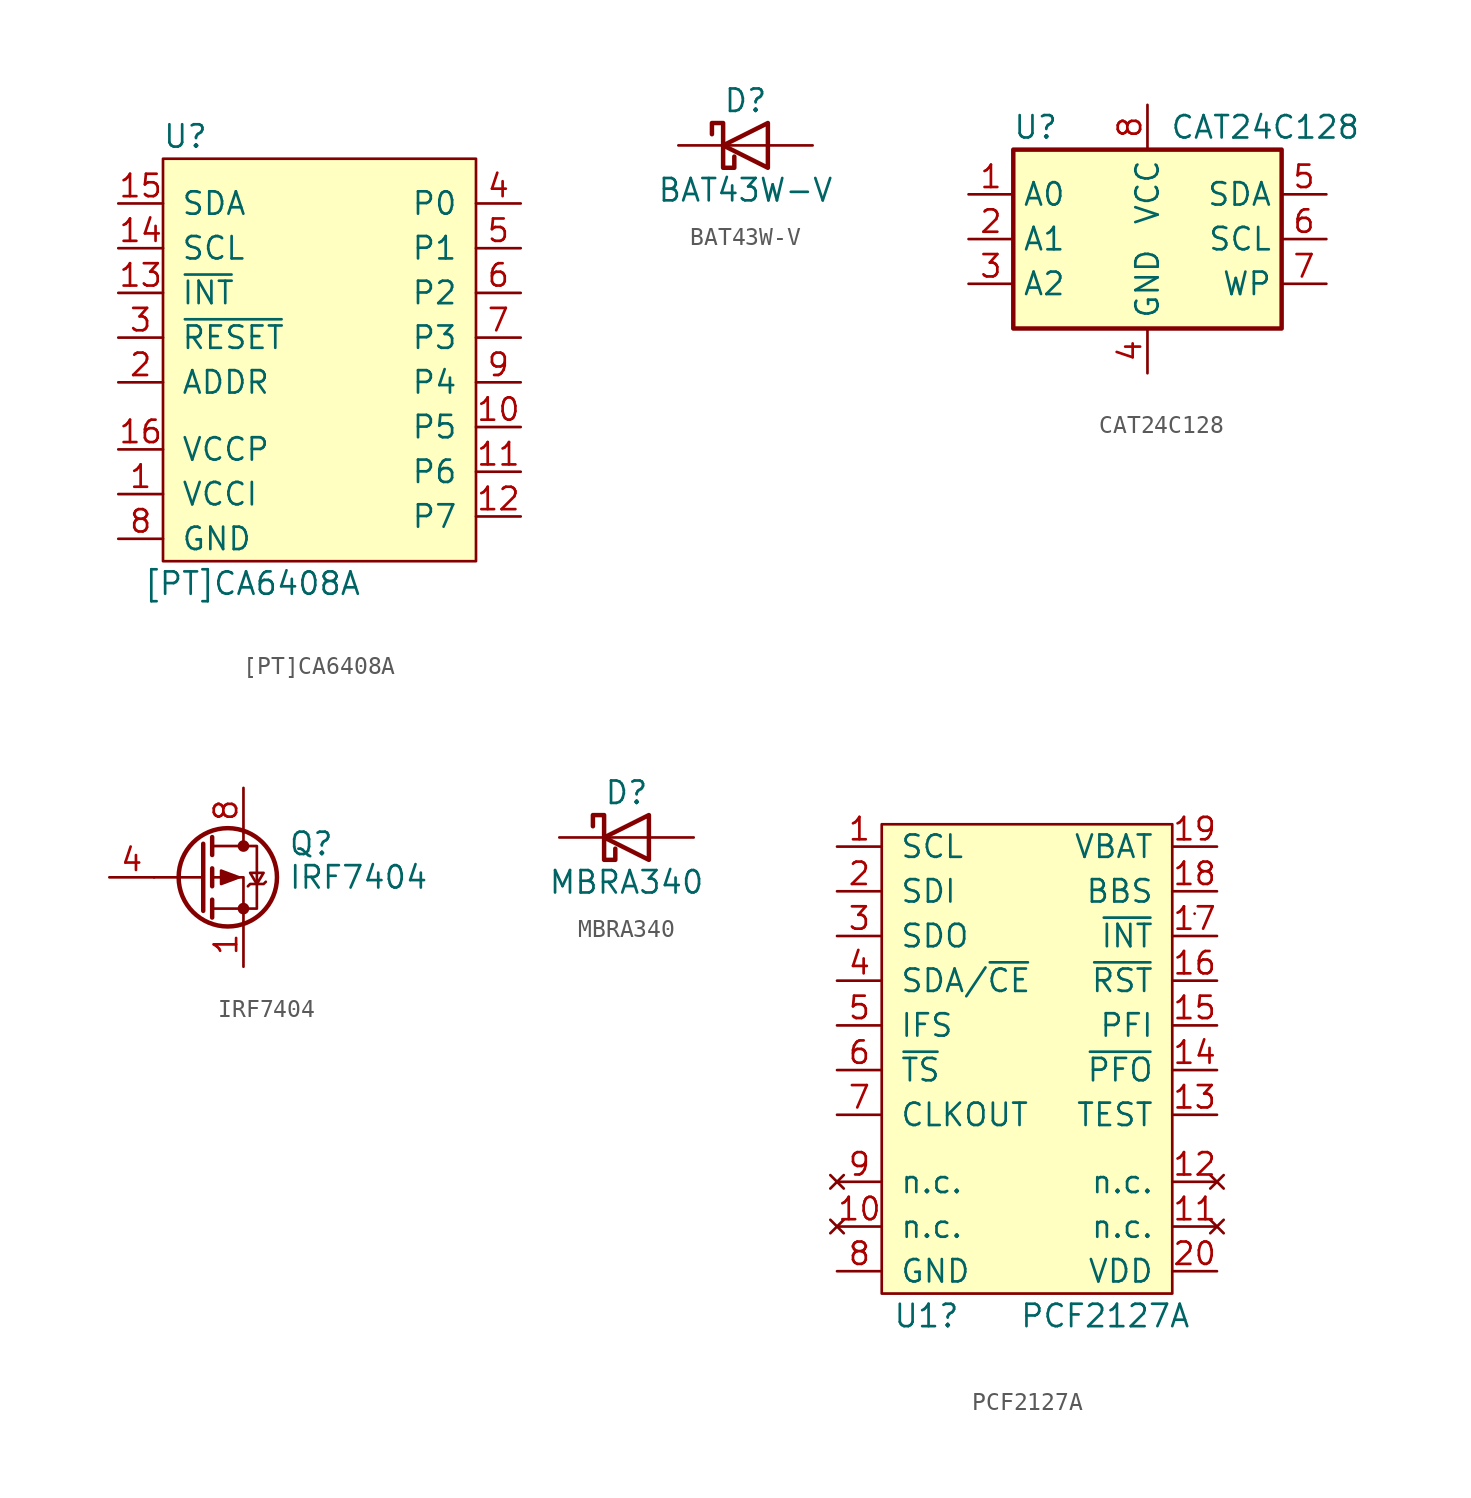
<source format=kicad_sym>
(kicad_symbol_lib
  (version 20241209)
  (generator "kicad_symbol_editor")
  (generator_version "9.0")
  (symbol "[PT]CA6408A"
    (pin_names
      (offset 1.016))
    (property "Reference" "U"
      (at -7.62 12.7 0)
      (effects (font (size 1.27 1.27))))
    (property "Value" "[PT]CA6408A"
      (at -3.81 -12.7 0)
      (effects (font (size 1.27 1.27))))
    (symbol "[PT]CA6408A_0_1"
      (rectangle (start -8.89 11.43) (end 8.89 -11.43) (stroke (width 0) (type default)) (fill (type background))))
    (symbol "[PT]CA6408A_1_1"
      (pin input line (at -11.43 8.89 0) (length 2.54) (name "SDA" (effects (font (size 1.27 1.27)))) (number "15" (effects (font (size 1.27 1.27)))))
      (pin input line (at -11.43 6.35 0) (length 2.54) (name "SCL" (effects (font (size 1.27 1.27)))) (number "14" (effects (font (size 1.27 1.27)))))
      (pin input line (at -11.43 3.81 0) (length 2.54) (name "~{INT}" (effects (font (size 1.27 1.27)))) (number "13" (effects (font (size 1.27 1.27)))))
      (pin input line (at -11.43 1.27 0) (length 2.54) (name "~{RESET}" (effects (font (size 1.27 1.27)))) (number "3" (effects (font (size 1.27 1.27)))))
      (pin input line (at -11.43 -1.27 0) (length 2.54) (name "ADDR" (effects (font (size 1.27 1.27)))) (number "2" (effects (font (size 1.27 1.27)))))
      (pin input line (at -11.43 -5.08 0) (length 2.54) (name "VCCP" (effects (font (size 1.27 1.27)))) (number "16" (effects (font (size 1.27 1.27)))))
      (pin input line (at -11.43 -7.62 0) (length 2.54) (name "VCCI" (effects (font (size 1.27 1.27)))) (number "1" (effects (font (size 1.27 1.27)))))
      (pin input line (at -11.43 -10.16 0) (length 2.54) (name "GND" (effects (font (size 1.27 1.27)))) (number "8" (effects (font (size 1.27 1.27)))))
      (pin input line (at 11.43 8.89 180) (length 2.54) (name "P0" (effects (font (size 1.27 1.27)))) (number "4" (effects (font (size 1.27 1.27)))))
      (pin input line (at 11.43 6.35 180) (length 2.54) (name "P1" (effects (font (size 1.27 1.27)))) (number "5" (effects (font (size 1.27 1.27)))))
      (pin input line (at 11.43 3.81 180) (length 2.54) (name "P2" (effects (font (size 1.27 1.27)))) (number "6" (effects (font (size 1.27 1.27)))))
      (pin input line (at 11.43 1.27 180) (length 2.54) (name "P3" (effects (font (size 1.27 1.27)))) (number "7" (effects (font (size 1.27 1.27)))))
      (pin input line (at 11.43 -1.27 180) (length 2.54) (name "P4" (effects (font (size 1.27 1.27)))) (number "9" (effects (font (size 1.27 1.27)))))
      (pin input line (at 11.43 -3.81 180) (length 2.54) (name "P5" (effects (font (size 1.27 1.27)))) (number "10" (effects (font (size 1.27 1.27)))))
      (pin input line (at 11.43 -6.35 180) (length 2.54) (name "P6" (effects (font (size 1.27 1.27)))) (number "11" (effects (font (size 1.27 1.27)))))
      (pin input line (at 11.43 -8.89 180) (length 2.54) (name "P7" (effects (font (size 1.27 1.27)))) (number "12" (effects (font (size 1.27 1.27)))))))
  (symbol "BAT43W-V"
    (pin_numbers
      (hide yes))
    (pin_names
      (offset 1.016)
      (hide yes))
    (property "Reference" "D"
      (at 0 2.54 0)
      (effects (font (size 1.27 1.27))))
    (property "Value" "BAT43W-V"
      (at 0 -2.54 0)
      (effects (font (size 1.27 1.27))))
    (symbol "BAT43W-V_0_1"
      (polyline (pts (xy -1.905 0.635) (xy -1.905 1.27) (xy -1.27 1.27) (xy -1.27 -1.27) (xy -0.635 -1.27) (xy -0.635 -0.635)) (stroke (width 0.254) (type default)) (fill (type none)))
      (polyline (pts (xy 1.27 1.27) (xy 1.27 -1.27) (xy -1.27 0) (xy 1.27 1.27)) (stroke (width 0.254) (type default)) (fill (type none)))
      (polyline (pts (xy 1.27 0) (xy -1.27 0)) (stroke (width 0) (type default)) (fill (type none))))
    (symbol "BAT43W-V_1_1"
      (pin passive line (at -3.81 0 0) (length 2.54) (name "K" (effects (font (size 1.27 1.27)))) (number "1" (effects (font (size 1.27 1.27)))))
      (pin passive line (at 3.81 0 180) (length 2.54) (name "A" (effects (font (size 1.27 1.27)))) (number "2" (effects (font (size 1.27 1.27)))))))
  (symbol "CAT24C128"
    (property "Reference" "U"
      (at -6.35 6.35 0)
      (effects (font (size 1.27 1.27))))
    (property "Value" "CAT24C128"
      (at 1.27 6.35 0)
      (effects (font (size 1.27 1.27)) (justify left)))
    (symbol "CAT24C128_1_1"
      (rectangle (start -7.62 5.08) (end 7.62 -5.08) (stroke (width 0.254) (type default)) (fill (type background)))
      (pin input line (at -10.16 2.54 0) (length 2.54) (name "A0" (effects (font (size 1.27 1.27)))) (number "1" (effects (font (size 1.27 1.27)))))
      (pin input line (at -10.16 0 0) (length 2.54) (name "A1" (effects (font (size 1.27 1.27)))) (number "2" (effects (font (size 1.27 1.27)))))
      (pin input line (at -10.16 -2.54 0) (length 2.54) (name "A2" (effects (font (size 1.27 1.27)))) (number "3" (effects (font (size 1.27 1.27)))))
      (pin power_in line (at 0 7.62 270) (length 2.54) (name "VCC" (effects (font (size 1.27 1.27)))) (number "8" (effects (font (size 1.27 1.27)))))
      (pin power_in line (at 0 -7.62 90) (length 2.54) (name "GND" (effects (font (size 1.27 1.27)))) (number "4" (effects (font (size 1.27 1.27)))))
      (pin bidirectional line (at 10.16 2.54 180) (length 2.54) (name "SDA" (effects (font (size 1.27 1.27)))) (number "5" (effects (font (size 1.27 1.27)))))
      (pin input line (at 10.16 0 180) (length 2.54) (name "SCL" (effects (font (size 1.27 1.27)))) (number "6" (effects (font (size 1.27 1.27)))))
      (pin input line (at 10.16 -2.54 180) (length 2.54) (name "WP" (effects (font (size 1.27 1.27)))) (number "7" (effects (font (size 1.27 1.27)))))))
  (symbol "IRF7404"
    (pin_names
      (hide yes))
    (property "Reference" "Q"
      (at 5.08 1.905 0)
      (effects (font (size 1.27 1.27)) (justify left)))
    (property "Value" "IRF7404"
      (at 5.08 0 0)
      (effects (font (size 1.27 1.27)) (justify left)))
    (symbol "IRF7404_0_1"
      (polyline (pts (xy 0.254 1.905) (xy 0.254 -1.905)) (stroke (width 0.254) (type default)) (fill (type none)))
      (polyline (pts (xy 0.254 0) (xy -2.54 0)) (stroke (width 0) (type default)) (fill (type none)))
      (polyline (pts (xy 0.762 2.286) (xy 0.762 1.27)) (stroke (width 0.254) (type default)) (fill (type none)))
      (polyline (pts (xy 0.762 1.778) (xy 3.302 1.778) (xy 3.302 -1.778) (xy 0.762 -1.778)) (stroke (width 0) (type default)) (fill (type none)))
      (polyline (pts (xy 0.762 0.508) (xy 0.762 -0.508)) (stroke (width 0.254) (type default)) (fill (type none)))
      (polyline (pts (xy 0.762 -1.27) (xy 0.762 -2.286)) (stroke (width 0.254) (type default)) (fill (type none)))
      (circle (center 1.651 0) (radius 2.794) (stroke (width 0.254) (type default)) (fill (type none)))
      (polyline (pts (xy 2.286 0) (xy 1.27 0.381) (xy 1.27 -0.381) (xy 2.286 0)) (stroke (width 0) (type default)) (fill (type outline)))
      (polyline (pts (xy 2.54 2.54) (xy 2.54 1.778)) (stroke (width 0) (type default)) (fill (type none)))
      (circle (center 2.54 1.778) (radius 0.254) (stroke (width 0) (type default)) (fill (type outline)))
      (circle (center 2.54 -1.778) (radius 0.254) (stroke (width 0) (type default)) (fill (type outline)))
      (polyline (pts (xy 2.54 -2.54) (xy 2.54 0) (xy 0.762 0)) (stroke (width 0) (type default)) (fill (type none)))
      (polyline (pts (xy 2.794 -0.508) (xy 2.921 -0.381) (xy 3.683 -0.381) (xy 3.81 -0.254)) (stroke (width 0) (type default)) (fill (type none)))
      (polyline (pts (xy 3.302 -0.381) (xy 2.921 0.254) (xy 3.683 0.254) (xy 3.302 -0.381)) (stroke (width 0) (type default)) (fill (type none))))
    (symbol "IRF7404_1_1"
      (pin passive line (at -5.08 0 0) (length 2.54) (name "G" (effects (font (size 1.27 1.27)))) (number "4" (effects (font (size 1.27 1.27)))))
      (pin passive line (at 2.54 5.08 270) (length 2.54) (hide yes) (name "D" (effects (font (size 1.27 1.27)))) (number "5" (effects (font (size 1.27 1.27)))))
      (pin passive line (at 2.54 5.08 270) (length 2.54) (hide yes) (name "D" (effects (font (size 1.27 1.27)))) (number "6" (effects (font (size 1.27 1.27)))))
      (pin passive line (at 2.54 5.08 270) (length 2.54) (hide yes) (name "D" (effects (font (size 1.27 1.27)))) (number "7" (effects (font (size 1.27 1.27)))))
      (pin passive line (at 2.54 5.08 270) (length 2.54) (name "D" (effects (font (size 1.27 1.27)))) (number "8" (effects (font (size 1.27 1.27)))))
      (pin passive line (at 2.54 -5.08 90) (length 2.54) (name "S" (effects (font (size 1.27 1.27)))) (number "1" (effects (font (size 1.27 1.27)))))
      (pin passive line (at 2.54 -5.08 90) (length 2.54) (hide yes) (name "S" (effects (font (size 1.27 1.27)))) (number "2" (effects (font (size 1.27 1.27)))))
      (pin passive line (at 2.54 -5.08 90) (length 2.54) (hide yes) (name "S" (effects (font (size 1.27 1.27)))) (number "3" (effects (font (size 1.27 1.27)))))))
  (symbol "MBRA340"
    (pin_numbers
      (hide yes))
    (pin_names
      (hide yes))
    (property "Reference" "D"
      (at 0 2.54 0)
      (effects (font (size 1.27 1.27))))
    (property "Value" "MBRA340"
      (at 0 -2.54 0)
      (effects (font (size 1.27 1.27))))
    (symbol "MBRA340_0_1"
      (polyline (pts (xy -1.905 0.635) (xy -1.905 1.27) (xy -1.27 1.27) (xy -1.27 -1.27) (xy -0.635 -1.27) (xy -0.635 -0.635)) (stroke (width 0.254) (type default)) (fill (type none)))
      (polyline (pts (xy 1.27 1.27) (xy 1.27 -1.27) (xy -1.27 0) (xy 1.27 1.27)) (stroke (width 0.254) (type default)) (fill (type none)))
      (polyline (pts (xy 1.27 0) (xy -1.27 0)) (stroke (width 0) (type default)) (fill (type none))))
    (symbol "MBRA340_1_1"
      (pin passive line (at -3.81 0 0) (length 2.54) (name "K" (effects (font (size 1.27 1.27)))) (number "1" (effects (font (size 1.27 1.27)))))
      (pin passive line (at 3.81 0 180) (length 2.54) (name "A" (effects (font (size 1.27 1.27)))) (number "2" (effects (font (size 1.27 1.27)))))))
  (symbol "PCF2127A"
    (pin_names
      (offset 1.016))
    (property "Reference" "U1"
      (at -6.35 -1.27 0)
      (effects (font (size 1.27 1.27))))
    (property "Value" "PCF2127A"
      (at 3.81 -1.27 0)
      (effects (font (size 1.27 1.27))))
    (symbol "PCF2127A_0_1"
      (polyline (pts (xy -8.89 26.67) (xy -8.89 0) (xy 7.62 0) (xy 7.62 26.67) (xy -8.89 26.67)) (stroke (width 0) (type default)) (fill (type background)))
      (rectangle (start 8.89 21.59) (end 8.89 21.59) (stroke (width 0) (type default)) (fill (type none))))
    (symbol "PCF2127A_1_1"
      (pin input line (at -11.43 25.4 0) (length 2.54) (name "SCL" (effects (font (size 1.27 1.27)))) (number "1" (effects (font (size 1.27 1.27)))))
      (pin input line (at -11.43 22.86 0) (length 2.54) (name "SDI" (effects (font (size 1.27 1.27)))) (number "2" (effects (font (size 1.27 1.27)))))
      (pin input line (at -11.43 20.32 0) (length 2.54) (name "SDO" (effects (font (size 1.27 1.27)))) (number "3" (effects (font (size 1.27 1.27)))))
      (pin input line (at -11.43 17.78 0) (length 2.54) (name "SDA/~{CE}" (effects (font (size 1.27 1.27)))) (number "4" (effects (font (size 1.27 1.27)))))
      (pin input line (at -11.43 15.24 0) (length 2.54) (name "IFS" (effects (font (size 1.27 1.27)))) (number "5" (effects (font (size 1.27 1.27)))))
      (pin input line (at -11.43 12.7 0) (length 2.54) (name "~{TS}" (effects (font (size 1.27 1.27)))) (number "6" (effects (font (size 1.27 1.27)))))
      (pin input line (at -11.43 10.16 0) (length 2.54) (name "CLKOUT" (effects (font (size 1.27 1.27)))) (number "7" (effects (font (size 1.27 1.27)))))
      (pin no_connect line (at -11.43 6.35 0) (length 2.54) (name "n.c." (effects (font (size 1.27 1.27)))) (number "9" (effects (font (size 1.27 1.27)))))
      (pin no_connect line (at -11.43 3.81 0) (length 2.54) (name "n.c." (effects (font (size 1.27 1.27)))) (number "10" (effects (font (size 1.27 1.27)))))
      (pin power_in line (at -11.43 1.27 0) (length 2.54) (name "GND" (effects (font (size 1.27 1.27)))) (number "8" (effects (font (size 1.27 1.27)))))
      (pin input line (at 10.16 25.4 180) (length 2.54) (name "VBAT" (effects (font (size 1.27 1.27)))) (number "19" (effects (font (size 1.27 1.27)))))
      (pin output line (at 10.16 22.86 180) (length 2.54) (name "BBS" (effects (font (size 1.27 1.27)))) (number "18" (effects (font (size 1.27 1.27)))))
      (pin input line (at 10.16 20.32 180) (length 2.54) (name "~{INT}" (effects (font (size 1.27 1.27)))) (number "17" (effects (font (size 1.27 1.27)))))
      (pin input line (at 10.16 17.78 180) (length 2.54) (name "~{RST}" (effects (font (size 1.27 1.27)))) (number "16" (effects (font (size 1.27 1.27)))))
      (pin input line (at 10.16 15.24 180) (length 2.54) (name "PFI" (effects (font (size 1.27 1.27)))) (number "15" (effects (font (size 1.27 1.27)))))
      (pin input line (at 10.16 12.7 180) (length 2.54) (name "~{PFO}" (effects (font (size 1.27 1.27)))) (number "14" (effects (font (size 1.27 1.27)))))
      (pin input line (at 10.16 10.16 180) (length 2.54) (name "TEST" (effects (font (size 1.27 1.27)))) (number "13" (effects (font (size 1.27 1.27)))))
      (pin no_connect line (at 10.16 6.35 180) (length 2.54) (name "n.c." (effects (font (size 1.27 1.27)))) (number "12" (effects (font (size 1.27 1.27)))))
      (pin no_connect line (at 10.16 3.81 180) (length 2.54) (name "n.c." (effects (font (size 1.27 1.27)))) (number "11" (effects (font (size 1.27 1.27)))))
      (pin power_in line (at 10.16 1.27 180) (length 2.54) (name "VDD" (effects (font (size 1.27 1.27)))) (number "20" (effects (font (size 1.27 1.27))))))))
</source>
